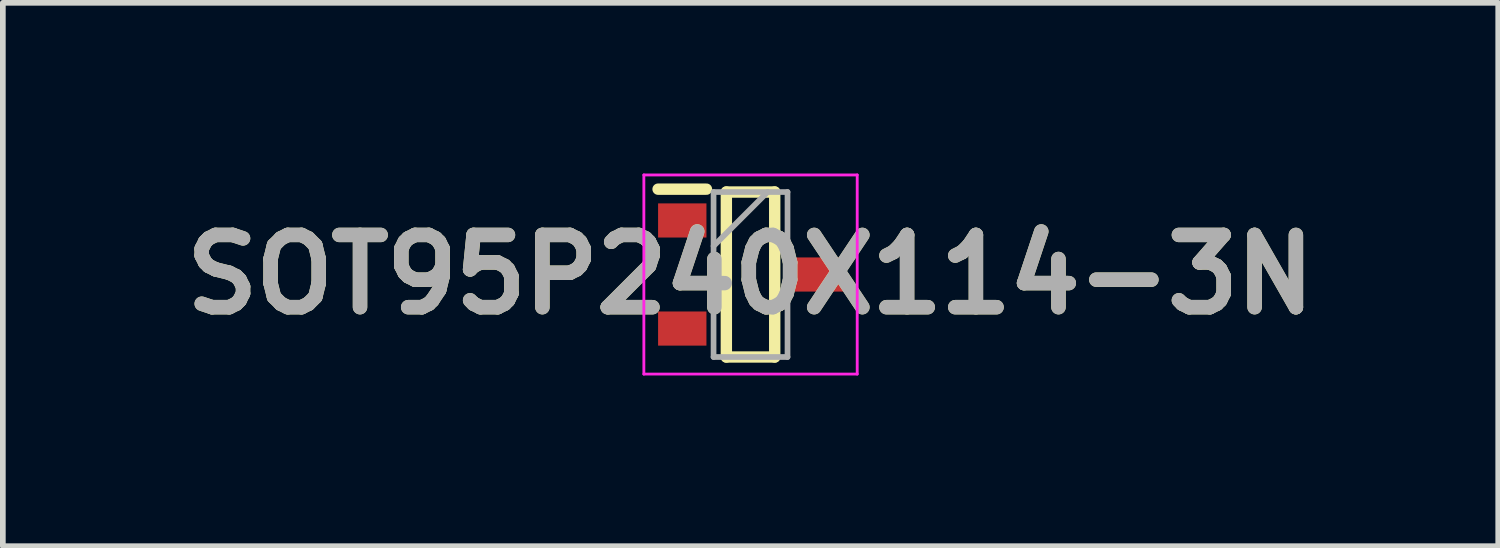
<source format=kicad_pcb>
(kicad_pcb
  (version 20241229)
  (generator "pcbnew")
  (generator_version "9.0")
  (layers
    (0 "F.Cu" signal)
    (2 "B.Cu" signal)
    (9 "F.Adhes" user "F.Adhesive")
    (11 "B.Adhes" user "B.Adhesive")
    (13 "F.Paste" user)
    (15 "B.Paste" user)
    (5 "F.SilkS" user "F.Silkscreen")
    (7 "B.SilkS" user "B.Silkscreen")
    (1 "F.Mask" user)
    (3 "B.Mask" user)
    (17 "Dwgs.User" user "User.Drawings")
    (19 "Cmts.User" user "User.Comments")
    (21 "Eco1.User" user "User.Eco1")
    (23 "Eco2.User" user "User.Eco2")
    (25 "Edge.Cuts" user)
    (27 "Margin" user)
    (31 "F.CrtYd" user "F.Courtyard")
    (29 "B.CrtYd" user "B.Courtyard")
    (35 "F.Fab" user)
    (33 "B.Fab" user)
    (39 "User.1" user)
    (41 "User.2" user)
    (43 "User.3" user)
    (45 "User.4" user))
  (footprint "SOT95P240X114-3N"
    (layer "F.Cu")
    (at 10.142 1.775)
    (property "Reference" "SOT95P240X114-3N" (at 0 0 0) (layer "F.SilkS") (effects (font (size 1.27 1.27) (thickness 0.254))))
    (attr smd)
    (fp_line (start -1.625 -1.5) (end -0.775 -1.5) (stroke (width 0.2) (type solid)) (layer "F.SilkS"))
    (fp_line (start -0.425 -1.45) (end 0.425 -1.45) (stroke (width 0.2) (type solid)) (layer "F.SilkS"))
    (fp_line (start -0.425 1.45) (end -0.425 -1.45) (stroke (width 0.2) (type solid)) (layer "F.SilkS"))
    (fp_line (start 0.425 -1.45) (end 0.425 1.45) (stroke (width 0.2) (type solid)) (layer "F.SilkS"))
    (fp_line (start 0.425 1.45) (end -0.425 1.45) (stroke (width 0.2) (type solid)) (layer "F.SilkS"))
    (fp_line (start -1.875 -1.75) (end 1.875 -1.75) (stroke (width 0.05) (type solid)) (layer "F.CrtYd"))
    (fp_line (start -1.875 1.75) (end -1.875 -1.75) (stroke (width 0.05) (type solid)) (layer "F.CrtYd"))
    (fp_line (start 1.875 -1.75) (end 1.875 1.75) (stroke (width 0.05) (type solid)) (layer "F.CrtYd"))
    (fp_line (start 1.875 1.75) (end -1.875 1.75) (stroke (width 0.05) (type solid)) (layer "F.CrtYd"))
    (fp_line (start -0.65 -1.45) (end 0.65 -1.45) (stroke (width 0.1) (type solid)) (layer "F.Fab"))
    (fp_line (start -0.65 -0.5) (end 0.3 -1.45) (stroke (width 0.1) (type solid)) (layer "F.Fab"))
    (fp_line (start -0.65 1.45) (end -0.65 -1.45) (stroke (width 0.1) (type solid)) (layer "F.Fab"))
    (fp_line (start 0.65 -1.45) (end 0.65 1.45) (stroke (width 0.1) (type solid)) (layer "F.Fab"))
    (fp_line (start 0.65 1.45) (end -0.65 1.45) (stroke (width 0.1) (type solid)) (layer "F.Fab"))
    (fp_text user "${REFERENCE}" (at 0 0 0) (layer "F.Fab") (effects (font (size 1.27 1.27) (thickness 0.254))))
    (pad "1" smd rect (at -1.2 -0.95 90) (size 0.6 0.85) (layers "F.Cu" "F.Mask" "F.Paste"))
    (pad "2" smd rect (at -1.2 0.95 90) (size 0.6 0.85) (layers "F.Cu" "F.Mask" "F.Paste"))
    (pad "3" smd rect (at 1.2 0 90) (size 0.6 0.85) (layers "F.Cu" "F.Mask" "F.Paste")))
  (gr_rect
    (start -3 -3)
    (end 23.284 6.55)
    (stroke (width 0.1) (type default))
    (fill no)
    (layer "Edge.Cuts")))
</source>
